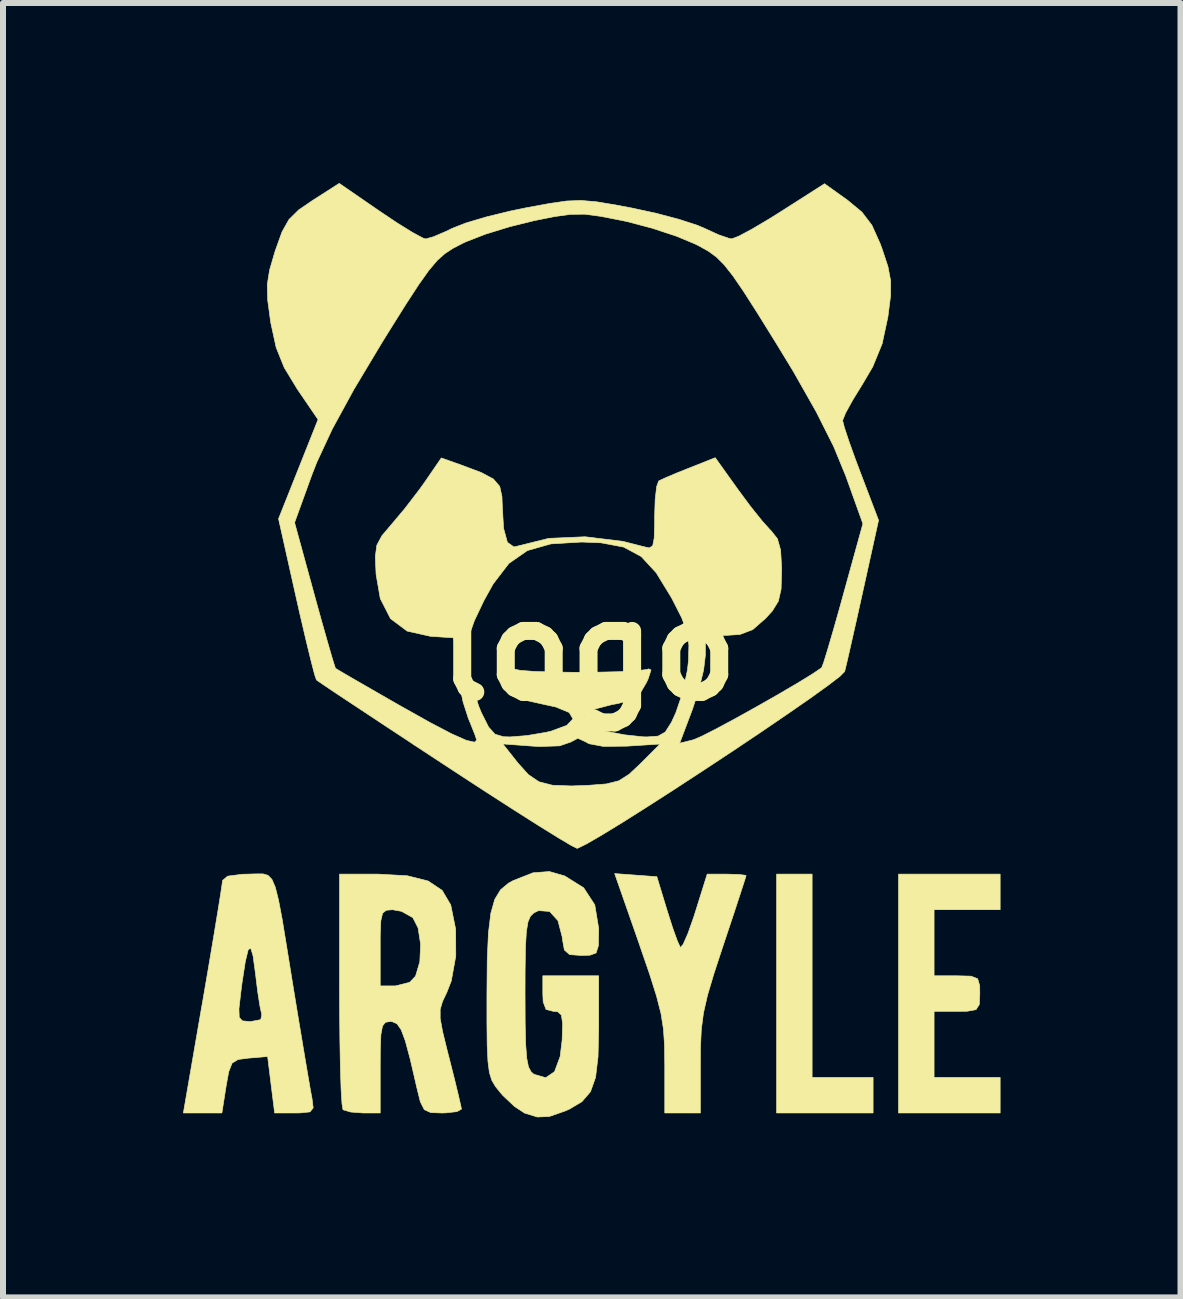
<source format=kicad_pcb>
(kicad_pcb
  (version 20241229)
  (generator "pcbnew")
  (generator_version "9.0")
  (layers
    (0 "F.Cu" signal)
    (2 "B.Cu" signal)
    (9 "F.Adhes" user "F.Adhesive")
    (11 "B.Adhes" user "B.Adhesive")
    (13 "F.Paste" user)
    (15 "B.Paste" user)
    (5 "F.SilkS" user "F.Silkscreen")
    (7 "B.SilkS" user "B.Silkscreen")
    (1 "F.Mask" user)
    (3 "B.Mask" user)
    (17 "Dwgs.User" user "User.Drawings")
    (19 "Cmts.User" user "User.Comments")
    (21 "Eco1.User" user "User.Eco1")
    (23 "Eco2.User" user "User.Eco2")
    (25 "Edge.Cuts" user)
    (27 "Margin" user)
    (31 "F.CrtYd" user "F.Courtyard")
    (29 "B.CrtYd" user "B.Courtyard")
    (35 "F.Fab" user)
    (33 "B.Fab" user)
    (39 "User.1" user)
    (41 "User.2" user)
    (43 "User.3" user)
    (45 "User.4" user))
  (footprint "logo"
    (layer "F.Cu")
    (at 6.756 7.789)
    (property "Reference" "logo" (at 0 0 0) (layer "F.SilkS") (effects (font (size 1.524 1.524) (thickness 0.3))))
    (attr through_hole)
    (fp_poly (pts (xy 3.725 7.112) (xy 4.741 7.112) (xy 4.741 7.705) (xy 3.133 7.705) (xy 3.133 3.725) (xy 3.725 3.725) (xy 3.725 7.112)) (stroke (width 0.01) (type solid)) (fill yes) (layer "F.SilkS"))
    (fp_poly (pts (xy 6.858 4.318) (xy 5.757 4.318) (xy 5.757 5.419) (xy 6.138 5.419) (xy 6.372 5.425) (xy 6.483 5.468) (xy 6.517 5.583) (xy 6.519 5.715) (xy 6.511 5.897) (xy 6.456 5.983) (xy 6.308 6.01) (xy 6.138 6.011) (xy 5.757 6.011) (xy 5.757 7.112) (xy 6.858 7.112) (xy 6.858 7.705) (xy 5.165 7.705) (xy 5.165 3.725) (xy 6.858 3.725) (xy 6.858 4.318)) (stroke (width 0.01) (type solid)) (fill yes) (layer "F.SilkS"))
    (fp_poly (pts (xy 1.138 3.768) (xy 1.31 4.333) (xy 1.402 4.622) (xy 1.481 4.841) (xy 1.529 4.946) (xy 1.53 4.947) (xy 1.576 4.895) (xy 1.655 4.716) (xy 1.751 4.445) (xy 1.778 4.36) (xy 1.977 3.725) (xy 2.301 3.725) (xy 2.508 3.731) (xy 2.619 3.745) (xy 2.625 3.75) (xy 2.599 3.835) (xy 2.529 4.05) (xy 2.425 4.368) (xy 2.295 4.758) (xy 2.244 4.911) (xy 2.089 5.383) (xy 1.982 5.743) (xy 1.915 6.037) (xy 1.879 6.311) (xy 1.865 6.613) (xy 1.863 6.876) (xy 1.863 7.705) (xy 1.27 7.705) (xy 1.27 6.905) (xy 1.266 6.578) (xy 1.248 6.306) (xy 1.207 6.047) (xy 1.133 5.758) (xy 1.019 5.396) (xy 0.855 4.919) (xy 0.853 4.911) (xy 0.435 3.716) (xy 1.138 3.768)) (stroke (width 0.01) (type solid)) (fill yes) (layer "F.SilkS"))
    (fp_poly (pts (xy -5.424 3.721) (xy -5.341 3.745) (xy -5.275 3.813) (xy -5.219 3.944) (xy -5.165 4.159) (xy -5.105 4.475) (xy -5.033 4.914) (xy -4.939 5.495) (xy -4.91 5.673) (xy -4.826 6.184) (xy -4.748 6.651) (xy -4.682 7.042) (xy -4.633 7.328) (xy -4.606 7.472) (xy -4.588 7.621) (xy -4.642 7.687) (xy -4.812 7.704) (xy -4.894 7.705) (xy -5.23 7.705) (xy -5.289 7.234) (xy -5.347 6.764) (xy -5.658 6.79) (xy -5.839 6.813) (xy -5.94 6.875) (xy -5.996 7.02) (xy -6.039 7.26) (xy -6.109 7.705) (xy -6.751 7.705) (xy -6.451 5.969) (xy -5.825 5.969) (xy -5.82 6.113) (xy -5.767 6.17) (xy -5.651 6.181) (xy -5.627 6.181) (xy -5.462 6.15) (xy -5.444 6.068) (xy -5.474 5.931) (xy -5.513 5.68) (xy -5.551 5.37) (xy -5.59 5.086) (xy -5.629 4.957) (xy -5.671 4.986) (xy -5.718 5.178) (xy -5.773 5.534) (xy -5.794 5.698) (xy -5.825 5.969) (xy -6.451 5.969) (xy -6.425 5.821) (xy -6.331 5.273) (xy -6.248 4.778) (xy -6.179 4.361) (xy -6.129 4.049) (xy -6.102 3.866) (xy -6.098 3.831) (xy -6.014 3.759) (xy -5.768 3.727) (xy -5.674 3.725) (xy -5.533 3.721) (xy -5.424 3.721)) (stroke (width 0.01) (type solid)) (fill yes) (layer "F.SilkS"))
    (fp_poly (pts (xy -3.021 3.752) (xy -2.672 3.84) (xy -2.438 3.997) (xy -2.298 4.235) (xy -2.295 4.243) (xy -2.214 4.643) (xy -2.212 5.09) (xy -2.287 5.505) (xy -2.362 5.697) (xy -2.434 5.849) (xy -2.472 5.978) (xy -2.472 6.129) (xy -2.433 6.344) (xy -2.354 6.667) (xy -2.321 6.795) (xy -2.234 7.139) (xy -2.166 7.421) (xy -2.125 7.6) (xy -2.118 7.641) (xy -2.192 7.682) (xy -2.378 7.703) (xy -2.442 7.705) (xy -2.63 7.698) (xy -2.737 7.649) (xy -2.803 7.518) (xy -2.866 7.263) (xy -2.868 7.253) (xy -2.971 6.809) (xy -3.052 6.506) (xy -3.122 6.318) (xy -3.192 6.218) (xy -3.272 6.183) (xy -3.306 6.181) (xy -3.385 6.194) (xy -3.433 6.257) (xy -3.46 6.4) (xy -3.47 6.656) (xy -3.471 6.943) (xy -3.471 7.705) (xy -3.754 7.705) (xy -3.963 7.689) (xy -4.088 7.652) (xy -4.092 7.648) (xy -4.108 7.551) (xy -4.123 7.309) (xy -4.135 6.947) (xy -4.143 6.489) (xy -4.148 5.961) (xy -4.149 5.659) (xy -4.149 4.953) (xy -3.471 4.953) (xy -3.471 5.588) (xy -3.22 5.588) (xy -2.98 5.528) (xy -2.882 5.424) (xy -2.811 5.185) (xy -2.798 4.893) (xy -2.84 4.622) (xy -2.927 4.451) (xy -3.116 4.345) (xy -3.266 4.318) (xy -3.37 4.327) (xy -3.432 4.376) (xy -3.461 4.503) (xy -3.471 4.742) (xy -3.471 4.953) (xy -4.149 4.953) (xy -4.149 3.725) (xy -3.509 3.725) (xy -3.021 3.752)) (stroke (width 0.01) (type solid)) (fill yes) (layer "F.SilkS"))
    (fp_poly (pts (xy -0.398 3.755) (xy -0.081 3.953) (xy 0.104 4.237) (xy 0.169 4.63) (xy 0.169 4.676) (xy 0.164 4.919) (xy 0.126 5.038) (xy 0.024 5.076) (xy -0.122 5.08) (xy -0.316 5.066) (xy -0.403 4.989) (xy -0.437 4.8) (xy -0.439 4.771) (xy -0.51 4.5) (xy -0.649 4.347) (xy -0.832 4.333) (xy -0.91 4.37) (xy -0.968 4.425) (xy -1.009 4.521) (xy -1.036 4.685) (xy -1.051 4.944) (xy -1.057 5.326) (xy -1.058 5.715) (xy -1.056 6.207) (xy -1.048 6.557) (xy -1.03 6.792) (xy -1.001 6.937) (xy -0.956 7.021) (xy -0.91 7.06) (xy -0.714 7.117) (xy -0.567 7.017) (xy -0.473 6.764) (xy -0.44 6.489) (xy -0.432 6.217) (xy -0.452 6.074) (xy -0.512 6.019) (xy -0.588 6.011) (xy -0.708 5.98) (xy -0.756 5.854) (xy -0.762 5.715) (xy -0.762 5.419) (xy 0.169 5.419) (xy 0.169 6.289) (xy 0.158 6.769) (xy 0.117 7.112) (xy 0.032 7.351) (xy -0.11 7.516) (xy -0.32 7.641) (xy -0.389 7.671) (xy -0.652 7.763) (xy -0.853 7.772) (xy -1.065 7.707) (xy -1.233 7.597) (xy -1.426 7.415) (xy -1.467 7.368) (xy -1.552 7.262) (xy -1.612 7.16) (xy -1.652 7.031) (xy -1.676 6.847) (xy -1.689 6.577) (xy -1.693 6.193) (xy -1.693 5.747) (xy -1.688 5.153) (xy -1.668 4.705) (xy -1.628 4.377) (xy -1.563 4.146) (xy -1.467 3.987) (xy -1.334 3.876) (xy -1.256 3.833) (xy -0.926 3.703) (xy -0.653 3.682) (xy -0.398 3.755)) (stroke (width 0.01) (type solid)) (fill yes) (layer "F.SilkS"))
    (fp_poly (pts (xy -3.482 -7.321) (xy -3.183 -7.121) (xy -2.931 -6.965) (xy -2.76 -6.873) (xy -2.714 -6.858) (xy -2.585 -6.894) (xy -2.372 -6.985) (xy -2.275 -7.033) (xy -2.043 -7.124) (xy -1.699 -7.226) (xy -1.298 -7.324) (xy -1.05 -7.375) (xy -0.654 -7.448) (xy -0.364 -7.49) (xy -0.122 -7.499) (xy 0.133 -7.477) (xy 0.458 -7.423) (xy 0.712 -7.375) (xy 1.121 -7.287) (xy 1.506 -7.185) (xy 1.812 -7.086) (xy 1.936 -7.033) (xy 2.167 -6.927) (xy 2.346 -6.866) (xy 2.388 -6.86) (xy 2.503 -6.904) (xy 2.722 -7.021) (xy 3.011 -7.192) (xy 3.215 -7.32) (xy 3.932 -7.778) (xy 4.316 -7.503) (xy 4.555 -7.305) (xy 4.721 -7.087) (xy 4.858 -6.782) (xy 4.889 -6.698) (xy 4.989 -6.396) (xy 5.034 -6.158) (xy 5.032 -5.908) (xy 4.989 -5.57) (xy 4.988 -5.56) (xy 4.892 -5.112) (xy 4.735 -4.728) (xy 4.565 -4.439) (xy 4.402 -4.174) (xy 4.283 -3.959) (xy 4.234 -3.837) (xy 4.233 -3.833) (xy 4.262 -3.718) (xy 4.339 -3.485) (xy 4.452 -3.171) (xy 4.533 -2.956) (xy 4.832 -2.171) (xy 4.569 -0.98) (xy 4.472 -0.543) (xy 4.385 -0.157) (xy 4.317 0.142) (xy 4.274 0.323) (xy 4.266 0.351) (xy 4.189 0.429) (xy 3.989 0.582) (xy 3.689 0.798) (xy 3.309 1.061) (xy 2.871 1.36) (xy 2.396 1.678) (xy 1.905 2.002) (xy 1.42 2.319) (xy 0.962 2.613) (xy 0.552 2.872) (xy 0.211 3.08) (xy -0.04 3.225) (xy -0.178 3.292) (xy -0.193 3.295) (xy -0.288 3.248) (xy -0.505 3.119) (xy -0.826 2.92) (xy -1.233 2.662) (xy -1.707 2.357) (xy -2.23 2.016) (xy -2.396 1.907) (xy -2.928 1.558) (xy -2.929 1.556) (xy -1.428 1.556) (xy -1.177 1.873) (xy -1.003 2.067) (xy -0.827 2.186) (xy -0.602 2.244) (xy -0.284 2.256) (xy -0.01 2.246) (xy 0.299 2.222) (xy 0.505 2.17) (xy 0.676 2.061) (xy 0.861 1.888) (xy 1.191 1.558) (xy 0.637 1.593) (xy 0.246 1.597) (xy 0.005 1.552) (xy -0.043 1.524) (xy -0.178 1.461) (xy -0.296 1.524) (xy -0.482 1.588) (xy -0.811 1.599) (xy -0.925 1.593) (xy -1.428 1.556) (xy -2.929 1.556) (xy -3.412 1.238) (xy -3.832 0.96) (xy -4.169 0.737) (xy -4.406 0.578) (xy -4.524 0.497) (xy -4.534 0.489) (xy -4.565 0.398) (xy -4.624 0.17) (xy -4.706 -0.166) (xy -4.803 -0.581) (xy -4.869 -0.872) (xy -5.151 -2.132) (xy -4.898 -2.132) (xy -4.568 -0.927) (xy -4.451 -0.503) (xy -4.348 -0.141) (xy -4.27 0.129) (xy -4.223 0.278) (xy -4.215 0.297) (xy -4.137 0.344) (xy -3.939 0.46) (xy -3.647 0.628) (xy -3.289 0.834) (xy -3.137 0.921) (xy -2.643 1.198) (xy -2.28 1.388) (xy -2.036 1.496) (xy -1.901 1.527) (xy -1.863 1.492) (xy -1.893 1.402) (xy -1.968 1.213) (xy -2.002 1.132) (xy -2.09 0.858) (xy -2.163 0.511) (xy -2.193 0.296) (xy -2.226 -0.031) (xy -2.02 -0.031) (xy -2.01 0.207) (xy -1.945 0.556) (xy -1.832 0.923) (xy -1.785 1.037) (xy -1.665 1.275) (xy -1.558 1.394) (xy -1.417 1.436) (xy -1.304 1.439) (xy -1.028 1.417) (xy -0.709 1.363) (xy -0.626 1.344) (xy -0.361 1.246) (xy -0.26 1.139) (xy -0.322 1.033) (xy -0.543 0.941) (xy -0.731 0.9) (xy -1 0.84) (xy -1.16 0.753) (xy -1.269 0.602) (xy -1.3 0.54) (xy -1.37 0.346) (xy -1.36 0.25) (xy -1.276 0.279) (xy -1.246 0.307) (xy -1.141 0.33) (xy -0.906 0.348) (xy -0.583 0.358) (xy -0.21 0.363) (xy 0.172 0.36) (xy 0.524 0.352) (xy 0.804 0.337) (xy 0.974 0.315) (xy 1.001 0.305) (xy 1.041 0.323) (xy 0.994 0.47) (xy 0.964 0.534) (xy 0.858 0.715) (xy 0.721 0.818) (xy 0.493 0.882) (xy 0.392 0.9) (xy 0.085 0.98) (xy -0.064 1.08) (xy -0.053 1.188) (xy 0.121 1.292) (xy 0.287 1.344) (xy 0.599 1.404) (xy 0.904 1.437) (xy 0.972 1.439) (xy 1.158 1.426) (xy 1.278 1.358) (xy 1.381 1.196) (xy 1.454 1.037) (xy 1.568 0.702) (xy 1.648 0.322) (xy 1.665 0.169) (xy 1.672 -0.092) (xy 1.64 -0.31) (xy 1.552 -0.546) (xy 1.392 -0.861) (xy 1.378 -0.886) (xy 1.128 -1.295) (xy 0.878 -1.566) (xy 0.585 -1.724) (xy 0.207 -1.795) (xy -0.116 -1.808) (xy -0.628 -1.777) (xy -1.019 -1.666) (xy -1.327 -1.452) (xy -1.589 -1.11) (xy -1.745 -0.829) (xy -1.903 -0.496) (xy -1.99 -0.249) (xy -2.02 -0.031) (xy -2.226 -0.031) (xy -2.244 -0.212) (xy -2.634 -0.237) (xy -3.022 -0.324) (xy -3.299 -0.531) (xy -3.47 -0.866) (xy -3.54 -1.27) (xy -3.553 -1.562) (xy -3.528 -1.754) (xy -3.443 -1.913) (xy -3.286 -2.098) (xy -3.06 -2.367) (xy -2.82 -2.68) (xy -2.724 -2.814) (xy -2.453 -3.209) (xy -2.12 -3.091) (xy -1.787 -2.966) (xy -1.585 -2.858) (xy -1.48 -2.735) (xy -1.443 -2.567) (xy -1.438 -2.431) (xy -1.416 -2.037) (xy -1.352 -1.803) (xy -1.245 -1.727) (xy -1.195 -1.737) (xy -0.665 -1.869) (xy -0.057 -1.896) (xy 0.574 -1.819) (xy 0.91 -1.733) (xy 1.012 -1.71) (xy 1.069 -1.746) (xy 1.094 -1.873) (xy 1.101 -2.125) (xy 1.101 -2.229) (xy 1.11 -2.518) (xy 1.135 -2.734) (xy 1.169 -2.826) (xy 1.28 -2.878) (xy 1.495 -2.969) (xy 1.674 -3.04) (xy 2.111 -3.213) (xy 2.49 -2.683) (xy 2.698 -2.402) (xy 2.892 -2.16) (xy 3.033 -2.003) (xy 3.043 -1.995) (xy 3.147 -1.863) (xy 3.2 -1.674) (xy 3.217 -1.378) (xy 3.217 -1.324) (xy 3.208 -1.023) (xy 3.163 -0.823) (xy 3.062 -0.659) (xy 2.947 -0.533) (xy 2.734 -0.348) (xy 2.523 -0.268) (xy 2.312 -0.254) (xy 1.947 -0.254) (xy 1.947 0.075) (xy 1.917 0.324) (xy 1.837 0.655) (xy 1.733 0.974) (xy 1.518 1.544) (xy 1.753 1.485) (xy 1.885 1.428) (xy 2.127 1.305) (xy 2.443 1.135) (xy 2.797 0.938) (xy 3.154 0.735) (xy 3.478 0.545) (xy 3.734 0.388) (xy 3.884 0.286) (xy 3.917 0.2) (xy 3.985 -0.02) (xy 4.08 -0.345) (xy 4.193 -0.744) (xy 4.243 -0.926) (xy 4.571 -2.113) (xy 4.286 -2.909) (xy 4.084 -3.4) (xy 3.796 -3.973) (xy 3.414 -4.647) (xy 3.126 -5.12) (xy 2.823 -5.608) (xy 2.59 -5.973) (xy 2.409 -6.238) (xy 2.262 -6.425) (xy 2.131 -6.556) (xy 1.997 -6.654) (xy 1.843 -6.74) (xy 1.782 -6.771) (xy 1.469 -6.902) (xy 1.067 -7.035) (xy 0.652 -7.145) (xy 0.572 -7.162) (xy 0.206 -7.234) (xy -0.062 -7.27) (xy -0.298 -7.268) (xy -0.57 -7.23) (xy -0.904 -7.163) (xy -1.309 -7.063) (xy -1.716 -6.938) (xy -2.046 -6.81) (xy -2.096 -6.786) (xy -2.257 -6.703) (xy -2.392 -6.615) (xy -2.521 -6.5) (xy -2.66 -6.336) (xy -2.827 -6.101) (xy -3.041 -5.773) (xy -3.318 -5.331) (xy -3.441 -5.133) (xy -3.909 -4.352) (xy -4.271 -3.689) (xy -4.53 -3.132) (xy -4.613 -2.918) (xy -4.898 -2.132) (xy -5.151 -2.132) (xy -5.165 -2.196) (xy -4.836 -3.022) (xy -4.507 -3.849) (xy -4.854 -4.358) (xy -5.07 -4.714) (xy -5.205 -5.049) (xy -5.293 -5.454) (xy -5.299 -5.492) (xy -5.346 -5.84) (xy -5.353 -6.097) (xy -5.314 -6.341) (xy -5.225 -6.646) (xy -5.218 -6.667) (xy -5.107 -6.976) (xy -4.992 -7.181) (xy -4.83 -7.341) (xy -4.596 -7.501) (xy -4.154 -7.784) (xy -3.482 -7.321)) (stroke (width 0.01) (type solid)) (fill yes) (layer "F.SilkS")))
  (gr_rect
    (start -3 -3)
    (end 16.619 18.566)
    (stroke (width 0.1) (type default))
    (fill no)
    (layer "Edge.Cuts")))
</source>
